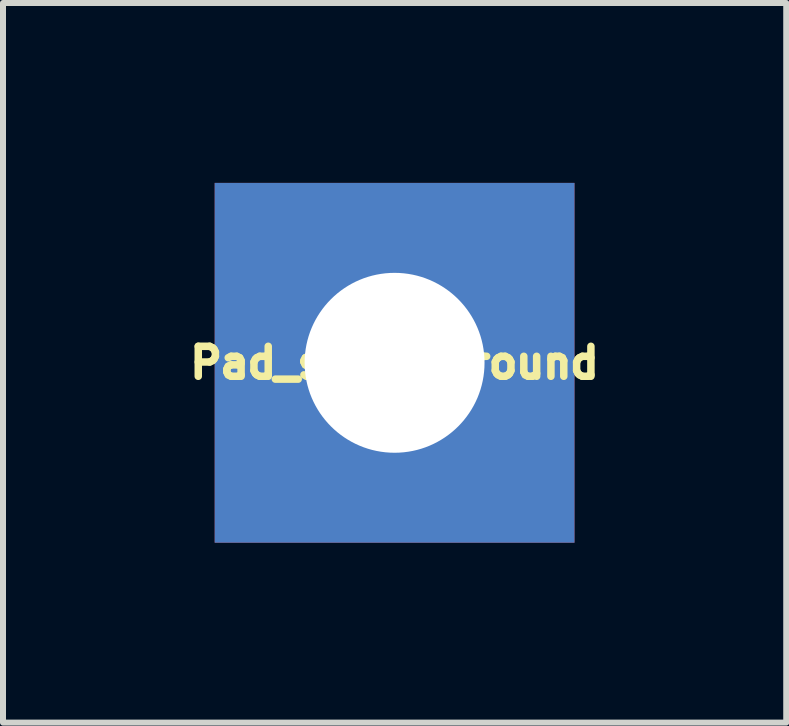
<source format=kicad_pcb>
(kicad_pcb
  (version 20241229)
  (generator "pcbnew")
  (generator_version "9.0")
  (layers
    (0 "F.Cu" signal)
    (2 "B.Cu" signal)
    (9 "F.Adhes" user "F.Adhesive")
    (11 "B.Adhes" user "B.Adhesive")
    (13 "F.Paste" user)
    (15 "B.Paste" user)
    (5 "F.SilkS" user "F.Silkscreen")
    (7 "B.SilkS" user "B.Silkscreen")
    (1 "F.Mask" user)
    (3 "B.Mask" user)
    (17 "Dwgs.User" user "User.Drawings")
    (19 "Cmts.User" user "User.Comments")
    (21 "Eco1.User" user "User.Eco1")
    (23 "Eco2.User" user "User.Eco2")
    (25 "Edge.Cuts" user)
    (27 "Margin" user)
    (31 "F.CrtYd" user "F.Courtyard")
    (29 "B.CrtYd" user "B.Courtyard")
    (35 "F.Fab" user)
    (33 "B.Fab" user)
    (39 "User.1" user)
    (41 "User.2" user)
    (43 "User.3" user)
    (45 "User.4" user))
  (footprint "Pad_square_round"
    (layer "F.Cu")
    (at 3.53 3)
    (property "Reference" "Pad_square_round" (at 0 0 0) (layer "F.SilkS") (effects (font (size 0.5 0.5) (thickness 0.125))))
    (attr through_hole)
    (pad "1" thru_hole rect (at 0 0 90) (size 6 6) (drill 3) (layers "*.Cu" "*.Mask")))
  (gr_rect
    (start -3 -3)
    (end 10.061 9)
    (stroke (width 0.1) (type default))
    (fill no)
    (layer "Edge.Cuts")))
</source>
